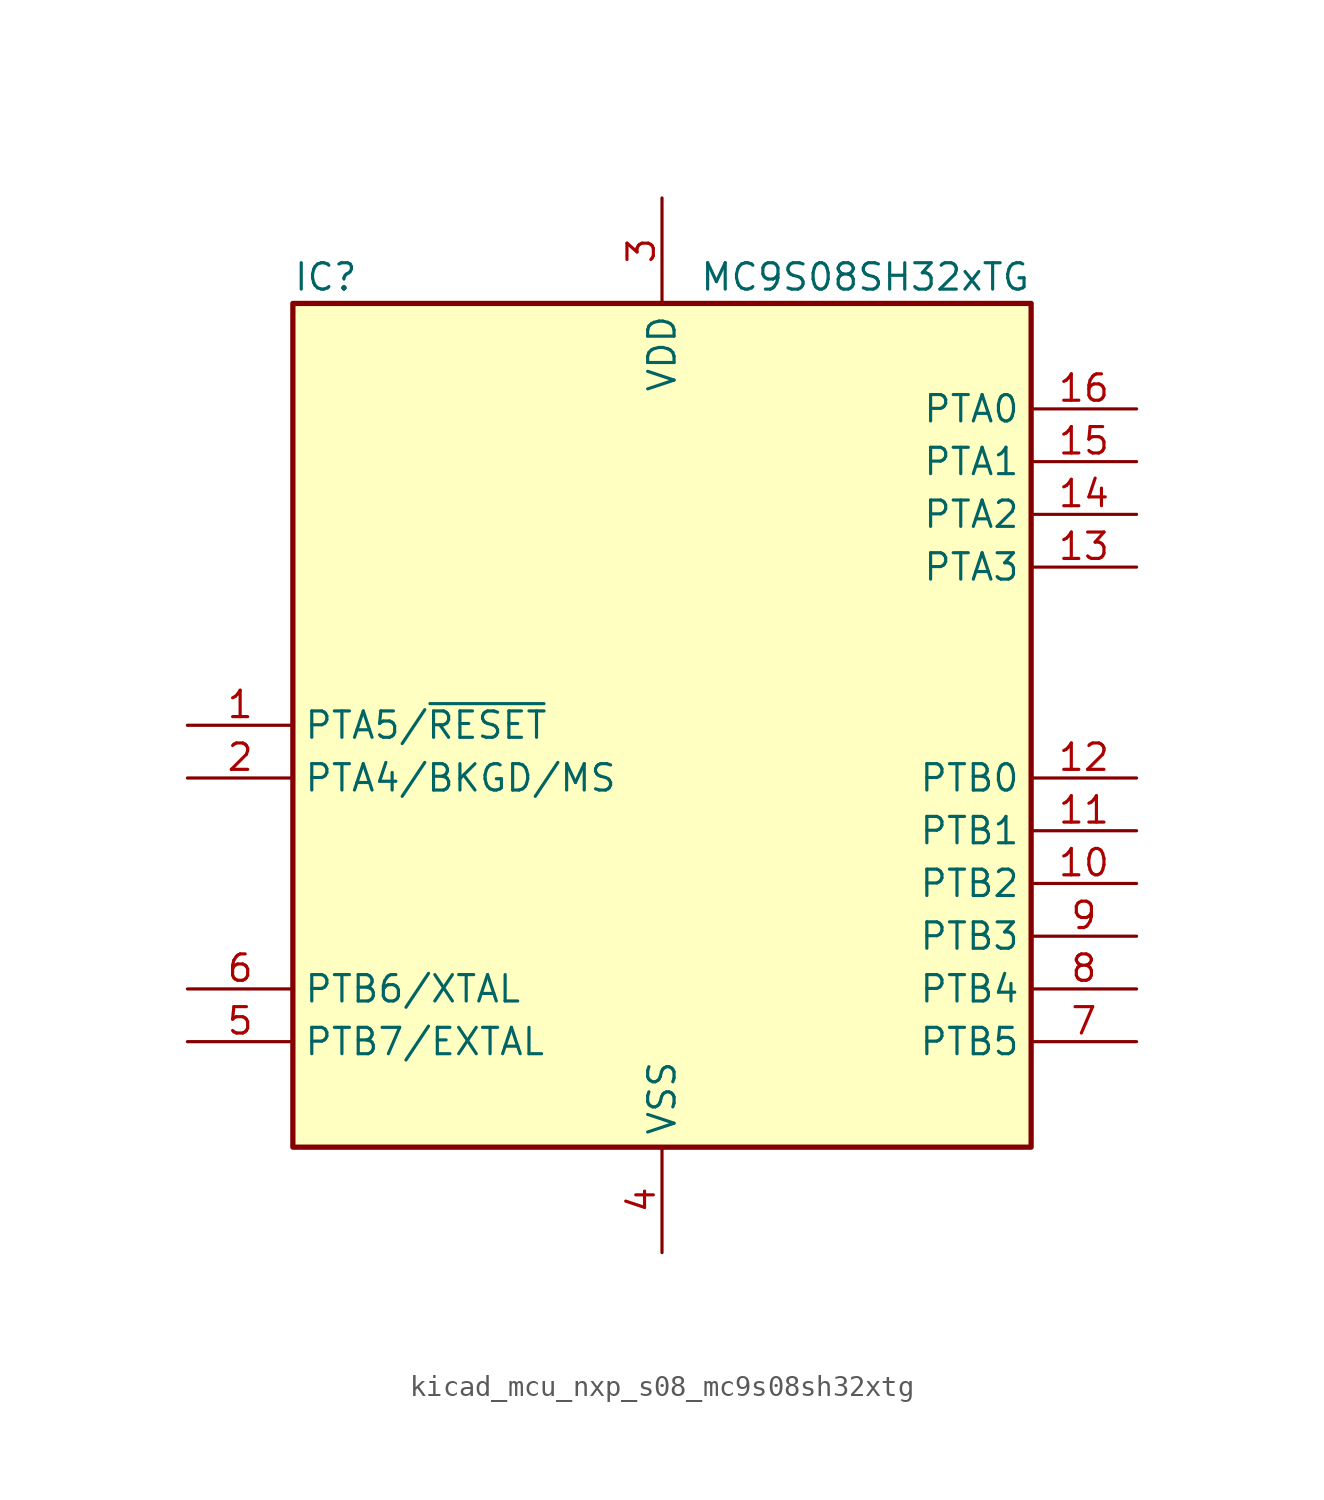
<source format=kicad_sym>
(kicad_symbol_lib
  (version 20220914)
  (generator kicad_symbol_editor)
  (symbol "kicad_mcu_nxp_s08_mc9s08sh32xtg"
    (property "Reference" "IC"
      (at -17.78 21.59 0)
      (effects (font (size 1.27 1.27)) (justify left)))
    (property "Value" "MC9S08SH32xTG"
      (at 17.78 21.59 0)
      (effects (font (size 1.27 1.27)) (justify right)))
    (symbol "kicad_mcu_nxp_s08_mc9s08sh32xtg_0_1"
      (rectangle (start -17.78 20.32) (end 17.78 -20.32) (stroke (width 0.254) (type default)) (fill (type background))))
    (symbol "kicad_mcu_nxp_s08_mc9s08sh32xtg_1_1"
      (pin bidirectional line (at -22.86 0 0) (length 5.08) (name "PTA5/~{RESET}" (effects (font (size 1.27 1.27)))) (number "1" (effects (font (size 1.27 1.27)))))
      (pin bidirectional line (at 22.86 -7.62 180) (length 5.08) (name "PTB2" (effects (font (size 1.27 1.27)))) (number "10" (effects (font (size 1.27 1.27)))))
      (pin bidirectional line (at 22.86 -5.08 180) (length 5.08) (name "PTB1" (effects (font (size 1.27 1.27)))) (number "11" (effects (font (size 1.27 1.27)))))
      (pin bidirectional line (at 22.86 -2.54 180) (length 5.08) (name "PTB0" (effects (font (size 1.27 1.27)))) (number "12" (effects (font (size 1.27 1.27)))))
      (pin bidirectional line (at 22.86 7.62 180) (length 5.08) (name "PTA3" (effects (font (size 1.27 1.27)))) (number "13" (effects (font (size 1.27 1.27)))))
      (pin bidirectional line (at 22.86 10.16 180) (length 5.08) (name "PTA2" (effects (font (size 1.27 1.27)))) (number "14" (effects (font (size 1.27 1.27)))))
      (pin bidirectional line (at 22.86 12.7 180) (length 5.08) (name "PTA1" (effects (font (size 1.27 1.27)))) (number "15" (effects (font (size 1.27 1.27)))))
      (pin bidirectional line (at 22.86 15.24 180) (length 5.08) (name "PTA0" (effects (font (size 1.27 1.27)))) (number "16" (effects (font (size 1.27 1.27)))))
      (pin bidirectional line (at -22.86 -2.54 0) (length 5.08) (name "PTA4/BKGD/MS" (effects (font (size 1.27 1.27)))) (number "2" (effects (font (size 1.27 1.27)))))
      (pin power_in line (at 0 25.4 270) (length 5.08) (name "VDD" (effects (font (size 1.27 1.27)))) (number "3" (effects (font (size 1.27 1.27)))))
      (pin power_in line (at 0 -25.4 90) (length 5.08) (name "VSS" (effects (font (size 1.27 1.27)))) (number "4" (effects (font (size 1.27 1.27)))))
      (pin bidirectional line (at -22.86 -15.24 0) (length 5.08) (name "PTB7/EXTAL" (effects (font (size 1.27 1.27)))) (number "5" (effects (font (size 1.27 1.27)))))
      (pin bidirectional line (at -22.86 -12.7 0) (length 5.08) (name "PTB6/XTAL" (effects (font (size 1.27 1.27)))) (number "6" (effects (font (size 1.27 1.27)))))
      (pin bidirectional line (at 22.86 -15.24 180) (length 5.08) (name "PTB5" (effects (font (size 1.27 1.27)))) (number "7" (effects (font (size 1.27 1.27)))))
      (pin bidirectional line (at 22.86 -12.7 180) (length 5.08) (name "PTB4" (effects (font (size 1.27 1.27)))) (number "8" (effects (font (size 1.27 1.27)))))
      (pin bidirectional line (at 22.86 -10.16 180) (length 5.08) (name "PTB3" (effects (font (size 1.27 1.27)))) (number "9" (effects (font (size 1.27 1.27))))))))
</source>
